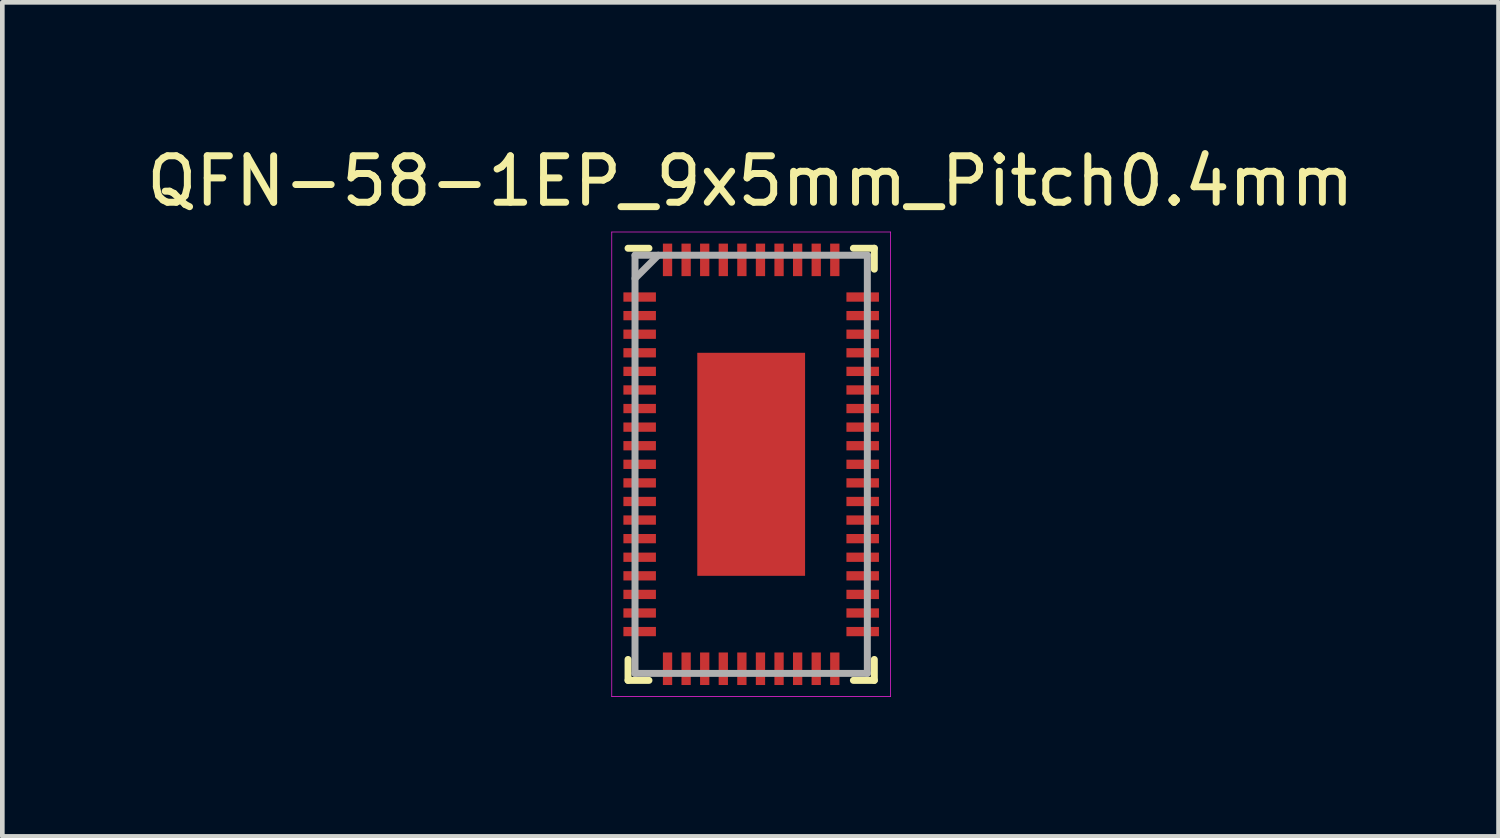
<source format=kicad_pcb>
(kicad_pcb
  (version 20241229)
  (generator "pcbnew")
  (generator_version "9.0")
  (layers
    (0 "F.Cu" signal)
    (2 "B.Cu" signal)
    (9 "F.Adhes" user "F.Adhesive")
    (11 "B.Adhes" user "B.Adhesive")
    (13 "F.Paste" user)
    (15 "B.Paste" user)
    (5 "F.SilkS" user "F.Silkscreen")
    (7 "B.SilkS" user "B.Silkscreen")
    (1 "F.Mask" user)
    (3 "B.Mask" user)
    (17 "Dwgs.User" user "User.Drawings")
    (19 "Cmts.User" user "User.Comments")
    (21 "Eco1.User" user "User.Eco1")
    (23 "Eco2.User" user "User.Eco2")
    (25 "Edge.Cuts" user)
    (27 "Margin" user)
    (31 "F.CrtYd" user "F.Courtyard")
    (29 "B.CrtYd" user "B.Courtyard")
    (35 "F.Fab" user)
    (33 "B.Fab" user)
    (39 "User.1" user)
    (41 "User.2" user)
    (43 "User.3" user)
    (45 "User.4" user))
  (footprint "QFN-58-1EP_9x5mm_Pitch0.4mm"
    (layer "F.Cu")
    (at 13.117 6.943)
    (property "Reference" "QFN-58-1EP_9x5mm_Pitch0.4mm" (at -0.016 -6.095 0) (layer "F.SilkS") (effects (font (size 1 1) (thickness 0.15))))
    (attr through_hole)
    (fp_line (start -2.65 -4.65) (end -2.2 -4.65) (stroke (width 0.15) (type solid)) (layer "F.SilkS"))
    (fp_line (start -2.65 4.65) (end -2.65 4.2) (stroke (width 0.15) (type solid)) (layer "F.SilkS"))
    (fp_line (start -2.65 4.65) (end -2.2 4.65) (stroke (width 0.15) (type solid)) (layer "F.SilkS"))
    (fp_line (start 2.65 -4.65) (end 2.2 -4.65) (stroke (width 0.15) (type solid)) (layer "F.SilkS"))
    (fp_line (start 2.65 -4.65) (end 2.65 -4.2) (stroke (width 0.15) (type solid)) (layer "F.SilkS"))
    (fp_line (start 2.65 4.65) (end 2.2 4.65) (stroke (width 0.15) (type solid)) (layer "F.SilkS"))
    (fp_line (start 2.65 4.65) (end 2.65 4.2) (stroke (width 0.15) (type solid)) (layer "F.SilkS"))
    (fp_line (start -3 -5) (end 3 -5) (stroke (width 0.015) (type solid)) (layer "F.CrtYd"))
    (fp_line (start -3 5) (end -3 -5) (stroke (width 0.015) (type solid)) (layer "F.CrtYd"))
    (fp_line (start 3 -5) (end 3 5) (stroke (width 0.015) (type solid)) (layer "F.CrtYd"))
    (fp_line (start 3 5) (end -3 5) (stroke (width 0.015) (type solid)) (layer "F.CrtYd"))
    (fp_line (start -2.5 -4.5) (end 2.5 -4.5) (stroke (width 0.15) (type solid)) (layer "F.Fab"))
    (fp_line (start -2.5 -4) (end -2 -4.5) (stroke (width 0.15) (type solid)) (layer "F.Fab"))
    (fp_line (start -2.5 4.5) (end -2.5 -4.5) (stroke (width 0.15) (type solid)) (layer "F.Fab"))
    (fp_line (start 2.5 -4.5) (end 2.5 4.5) (stroke (width 0.15) (type solid)) (layer "F.Fab"))
    (fp_line (start 2.5 4.5) (end -2.5 4.5) (stroke (width 0.15) (type solid)) (layer "F.Fab"))
    (pad "1" smd rect (at -2.4 -3.6) (size 0.7 0.2) (layers "F.Cu" "F.Mask" "F.Paste"))
    (pad "2" smd rect (at -2.4 -3.2) (size 0.7 0.2) (layers "F.Cu" "F.Mask" "F.Paste"))
    (pad "3" smd rect (at -2.4 -2.8) (size 0.7 0.2) (layers "F.Cu" "F.Mask" "F.Paste"))
    (pad "4" smd rect (at -2.4 -2.4) (size 0.7 0.2) (layers "F.Cu" "F.Mask" "F.Paste"))
    (pad "5" smd rect (at -2.4 -2) (size 0.7 0.2) (layers "F.Cu" "F.Mask" "F.Paste"))
    (pad "6" smd rect (at -2.4 -1.6) (size 0.7 0.2) (layers "F.Cu" "F.Mask" "F.Paste"))
    (pad "7" smd rect (at -2.4 -1.2) (size 0.7 0.2) (layers "F.Cu" "F.Mask" "F.Paste"))
    (pad "8" smd rect (at -2.4 -0.8) (size 0.7 0.2) (layers "F.Cu" "F.Mask" "F.Paste"))
    (pad "9" smd rect (at -2.4 -0.4) (size 0.7 0.2) (layers "F.Cu" "F.Mask" "F.Paste"))
    (pad "10" smd rect (at -2.4 0) (size 0.7 0.2) (layers "F.Cu" "F.Mask" "F.Paste"))
    (pad "11" smd rect (at -2.4 0.4) (size 0.7 0.2) (layers "F.Cu" "F.Mask" "F.Paste"))
    (pad "12" smd rect (at -2.4 0.8) (size 0.7 0.2) (layers "F.Cu" "F.Mask" "F.Paste"))
    (pad "13" smd rect (at -2.4 1.2) (size 0.7 0.2) (layers "F.Cu" "F.Mask" "F.Paste"))
    (pad "14" smd rect (at -2.4 1.6) (size 0.7 0.2) (layers "F.Cu" "F.Mask" "F.Paste"))
    (pad "15" smd rect (at -2.4 2) (size 0.7 0.2) (layers "F.Cu" "F.Mask" "F.Paste"))
    (pad "16" smd rect (at -2.4 2.4) (size 0.7 0.2) (layers "F.Cu" "F.Mask" "F.Paste"))
    (pad "17" smd rect (at -2.4 2.8) (size 0.7 0.2) (layers "F.Cu" "F.Mask" "F.Paste"))
    (pad "18" smd rect (at -2.4 3.2) (size 0.7 0.2) (layers "F.Cu" "F.Mask" "F.Paste"))
    (pad "19" smd rect (at -2.4 3.6) (size 0.7 0.2) (layers "F.Cu" "F.Mask" "F.Paste"))
    (pad "20" smd rect (at -1.8 4.4 90) (size 0.7 0.2) (layers "F.Cu" "F.Mask" "F.Paste"))
    (pad "21" smd rect (at -1.4 4.4 90) (size 0.7 0.2) (layers "F.Cu" "F.Mask" "F.Paste"))
    (pad "22" smd rect (at -1 4.4 90) (size 0.7 0.2) (layers "F.Cu" "F.Mask" "F.Paste"))
    (pad "23" smd rect (at -0.6 4.4 90) (size 0.7 0.2) (layers "F.Cu" "F.Mask" "F.Paste"))
    (pad "24" smd rect (at -0.2 4.4 90) (size 0.7 0.2) (layers "F.Cu" "F.Mask" "F.Paste"))
    (pad "25" smd rect (at 0.2 4.4 90) (size 0.7 0.2) (layers "F.Cu" "F.Mask" "F.Paste"))
    (pad "26" smd rect (at 0.6 4.4 90) (size 0.7 0.2) (layers "F.Cu" "F.Mask" "F.Paste"))
    (pad "27" smd rect (at 1 4.4 90) (size 0.7 0.2) (layers "F.Cu" "F.Mask" "F.Paste"))
    (pad "28" smd rect (at 1.4 4.4 90) (size 0.7 0.2) (layers "F.Cu" "F.Mask" "F.Paste"))
    (pad "29" smd rect (at 1.8 4.4 90) (size 0.7 0.2) (layers "F.Cu" "F.Mask" "F.Paste"))
    (pad "30" smd rect (at 2.4 3.6) (size 0.7 0.2) (layers "F.Cu" "F.Mask" "F.Paste"))
    (pad "31" smd rect (at 2.4 3.2) (size 0.7 0.2) (layers "F.Cu" "F.Mask" "F.Paste"))
    (pad "32" smd rect (at 2.4 2.8) (size 0.7 0.2) (layers "F.Cu" "F.Mask" "F.Paste"))
    (pad "33" smd rect (at 2.4 2.4) (size 0.7 0.2) (layers "F.Cu" "F.Mask" "F.Paste"))
    (pad "34" smd rect (at 2.4 2) (size 0.7 0.2) (layers "F.Cu" "F.Mask" "F.Paste"))
    (pad "35" smd rect (at 2.4 1.6) (size 0.7 0.2) (layers "F.Cu" "F.Mask" "F.Paste"))
    (pad "36" smd rect (at 2.4 1.2) (size 0.7 0.2) (layers "F.Cu" "F.Mask" "F.Paste"))
    (pad "37" smd rect (at 2.4 0.8) (size 0.7 0.2) (layers "F.Cu" "F.Mask" "F.Paste"))
    (pad "38" smd rect (at 2.4 0.4) (size 0.7 0.2) (layers "F.Cu" "F.Mask" "F.Paste"))
    (pad "39" smd rect (at 2.4 0) (size 0.7 0.2) (layers "F.Cu" "F.Mask" "F.Paste"))
    (pad "40" smd rect (at 2.4 -0.4) (size 0.7 0.2) (layers "F.Cu" "F.Mask" "F.Paste"))
    (pad "41" smd rect (at 2.4 -0.8) (size 0.7 0.2) (layers "F.Cu" "F.Mask" "F.Paste"))
    (pad "42" smd rect (at 2.4 -1.2) (size 0.7 0.2) (layers "F.Cu" "F.Mask" "F.Paste"))
    (pad "43" smd rect (at 2.4 -1.6) (size 0.7 0.2) (layers "F.Cu" "F.Mask" "F.Paste"))
    (pad "44" smd rect (at 2.4 -2) (size 0.7 0.2) (layers "F.Cu" "F.Mask" "F.Paste"))
    (pad "45" smd rect (at 2.4 -2.4) (size 0.7 0.2) (layers "F.Cu" "F.Mask" "F.Paste"))
    (pad "46" smd rect (at 2.4 -2.8) (size 0.7 0.2) (layers "F.Cu" "F.Mask" "F.Paste"))
    (pad "47" smd rect (at 2.4 -3.2) (size 0.7 0.2) (layers "F.Cu" "F.Mask" "F.Paste"))
    (pad "48" smd rect (at 2.4 -3.6) (size 0.7 0.2) (layers "F.Cu" "F.Mask" "F.Paste"))
    (pad "49" smd rect (at 1.8 -4.4 90) (size 0.7 0.2) (layers "F.Cu" "F.Mask" "F.Paste"))
    (pad "50" smd rect (at 1.4 -4.4 90) (size 0.7 0.2) (layers "F.Cu" "F.Mask" "F.Paste"))
    (pad "51" smd rect (at 1 -4.4 90) (size 0.7 0.2) (layers "F.Cu" "F.Mask" "F.Paste"))
    (pad "52" smd rect (at 0.6 -4.4 90) (size 0.7 0.2) (layers "F.Cu" "F.Mask" "F.Paste"))
    (pad "53" smd rect (at 0.2 -4.4 90) (size 0.7 0.2) (layers "F.Cu" "F.Mask" "F.Paste"))
    (pad "54" smd rect (at -0.2 -4.4 90) (size 0.7 0.2) (layers "F.Cu" "F.Mask" "F.Paste"))
    (pad "55" smd rect (at -0.6 -4.4 90) (size 0.7 0.2) (layers "F.Cu" "F.Mask" "F.Paste"))
    (pad "56" smd rect (at -1 -4.4 90) (size 0.7 0.2) (layers "F.Cu" "F.Mask" "F.Paste"))
    (pad "57" smd rect (at -1.4 -4.4 90) (size 0.7 0.2) (layers "F.Cu" "F.Mask" "F.Paste"))
    (pad "58" smd rect (at -1.8 -4.4 90) (size 0.7 0.2) (layers "F.Cu" "F.Mask" "F.Paste"))
    (pad "59" smd rect (at 0 0 180) (size 2.32 4.8) (layers "F.Cu" "F.Mask" "F.Paste")))
  (gr_rect
    (start -3 -3)
    (end 29.202 14.951)
    (stroke (width 0.1) (type default))
    (fill no)
    (layer "Edge.Cuts")))
</source>
